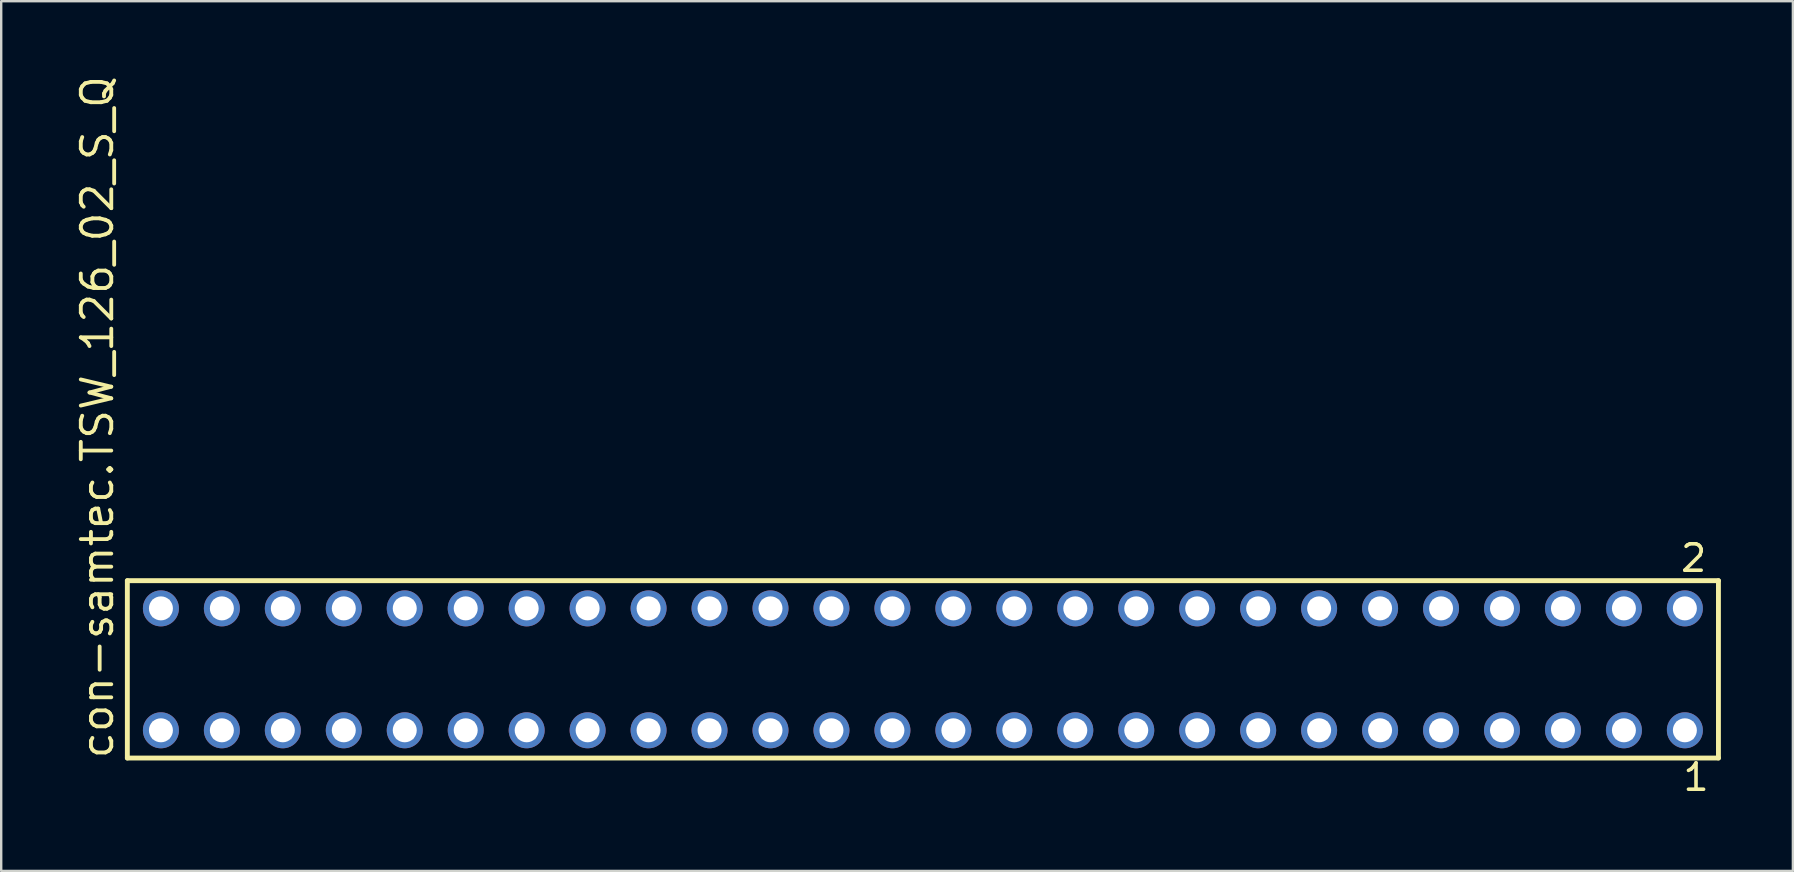
<source format=kicad_pcb>
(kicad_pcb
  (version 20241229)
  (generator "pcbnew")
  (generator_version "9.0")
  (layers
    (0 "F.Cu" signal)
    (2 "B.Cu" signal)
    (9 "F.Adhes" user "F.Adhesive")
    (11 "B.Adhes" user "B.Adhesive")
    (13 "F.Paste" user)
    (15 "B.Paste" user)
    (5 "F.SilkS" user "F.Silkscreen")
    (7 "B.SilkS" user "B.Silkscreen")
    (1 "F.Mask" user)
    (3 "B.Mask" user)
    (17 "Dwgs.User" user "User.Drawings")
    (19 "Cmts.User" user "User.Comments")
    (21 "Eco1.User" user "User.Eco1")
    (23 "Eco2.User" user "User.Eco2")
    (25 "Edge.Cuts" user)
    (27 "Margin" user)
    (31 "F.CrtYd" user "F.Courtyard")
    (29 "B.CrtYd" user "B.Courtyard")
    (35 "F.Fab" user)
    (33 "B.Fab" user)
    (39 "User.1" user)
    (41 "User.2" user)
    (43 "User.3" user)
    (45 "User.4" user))
  (footprint "con-samtec.TSW_126_02_S_Q"
    (layer "F.Cu")
    (at 35.405 24.84)
    (property "Reference" "con-samtec.TSW_126_02_S_Q" (at -33.655 3.81 90) (layer "F.SilkS") (effects (font (size 1.27 1.27) (thickness 0.16)) (justify left bottom)))
    (attr through_hole)
    (fp_line (start -33.149 -3.695) (end 33.149 -3.695) (stroke (width 0.203) (type default)) (layer "F.SilkS"))
    (fp_line (start -33.149 3.695) (end -33.149 -3.695) (stroke (width 0.203) (type default)) (layer "F.SilkS"))
    (fp_line (start 33.149 -3.695) (end 33.149 3.695) (stroke (width 0.203) (type default)) (layer "F.SilkS"))
    (fp_line (start 33.149 3.695) (end -33.149 3.695) (stroke (width 0.203) (type default)) (layer "F.SilkS"))
    (fp_rect (start -32.1 -2.19) (end -31.4 -2.89) (stroke (width 0.05) (type default)) (fill no) (layer "F.Fab"))
    (fp_rect (start -32.1 2.89) (end -31.4 2.19) (stroke (width 0.05) (type default)) (fill no) (layer "F.Fab"))
    (fp_rect (start -29.56 -2.19) (end -28.86 -2.89) (stroke (width 0.05) (type default)) (fill no) (layer "F.Fab"))
    (fp_rect (start -29.56 2.89) (end -28.86 2.19) (stroke (width 0.05) (type default)) (fill no) (layer "F.Fab"))
    (fp_rect (start -27.02 -2.19) (end -26.32 -2.89) (stroke (width 0.05) (type default)) (fill no) (layer "F.Fab"))
    (fp_rect (start -27.02 2.89) (end -26.32 2.19) (stroke (width 0.05) (type default)) (fill no) (layer "F.Fab"))
    (fp_rect (start -24.48 -2.19) (end -23.78 -2.89) (stroke (width 0.05) (type default)) (fill no) (layer "F.Fab"))
    (fp_rect (start -24.48 2.89) (end -23.78 2.19) (stroke (width 0.05) (type default)) (fill no) (layer "F.Fab"))
    (fp_rect (start -21.94 -2.19) (end -21.24 -2.89) (stroke (width 0.05) (type default)) (fill no) (layer "F.Fab"))
    (fp_rect (start -21.94 2.89) (end -21.24 2.19) (stroke (width 0.05) (type default)) (fill no) (layer "F.Fab"))
    (fp_rect (start -19.4 -2.19) (end -18.7 -2.89) (stroke (width 0.05) (type default)) (fill no) (layer "F.Fab"))
    (fp_rect (start -19.4 2.89) (end -18.7 2.19) (stroke (width 0.05) (type default)) (fill no) (layer "F.Fab"))
    (fp_rect (start -16.86 -2.19) (end -16.16 -2.89) (stroke (width 0.05) (type default)) (fill no) (layer "F.Fab"))
    (fp_rect (start -16.86 2.89) (end -16.16 2.19) (stroke (width 0.05) (type default)) (fill no) (layer "F.Fab"))
    (fp_rect (start -14.32 -2.19) (end -13.62 -2.89) (stroke (width 0.05) (type default)) (fill no) (layer "F.Fab"))
    (fp_rect (start -14.32 2.89) (end -13.62 2.19) (stroke (width 0.05) (type default)) (fill no) (layer "F.Fab"))
    (fp_rect (start -11.78 -2.19) (end -11.08 -2.89) (stroke (width 0.05) (type default)) (fill no) (layer "F.Fab"))
    (fp_rect (start -11.78 2.89) (end -11.08 2.19) (stroke (width 0.05) (type default)) (fill no) (layer "F.Fab"))
    (fp_rect (start -9.24 -2.19) (end -8.54 -2.89) (stroke (width 0.05) (type default)) (fill no) (layer "F.Fab"))
    (fp_rect (start -9.24 2.89) (end -8.54 2.19) (stroke (width 0.05) (type default)) (fill no) (layer "F.Fab"))
    (fp_rect (start -6.7 -2.19) (end -6 -2.89) (stroke (width 0.05) (type default)) (fill no) (layer "F.Fab"))
    (fp_rect (start -6.7 2.89) (end -6 2.19) (stroke (width 0.05) (type default)) (fill no) (layer "F.Fab"))
    (fp_rect (start -4.16 -2.19) (end -3.46 -2.89) (stroke (width 0.05) (type default)) (fill no) (layer "F.Fab"))
    (fp_rect (start -4.16 2.89) (end -3.46 2.19) (stroke (width 0.05) (type default)) (fill no) (layer "F.Fab"))
    (fp_rect (start -1.62 -2.19) (end -0.92 -2.89) (stroke (width 0.05) (type default)) (fill no) (layer "F.Fab"))
    (fp_rect (start -1.62 2.89) (end -0.92 2.19) (stroke (width 0.05) (type default)) (fill no) (layer "F.Fab"))
    (fp_rect (start 0.92 -2.19) (end 1.62 -2.89) (stroke (width 0.05) (type default)) (fill no) (layer "F.Fab"))
    (fp_rect (start 0.92 2.89) (end 1.62 2.19) (stroke (width 0.05) (type default)) (fill no) (layer "F.Fab"))
    (fp_rect (start 3.46 -2.19) (end 4.16 -2.89) (stroke (width 0.05) (type default)) (fill no) (layer "F.Fab"))
    (fp_rect (start 3.46 2.89) (end 4.16 2.19) (stroke (width 0.05) (type default)) (fill no) (layer "F.Fab"))
    (fp_rect (start 6 -2.19) (end 6.7 -2.89) (stroke (width 0.05) (type default)) (fill no) (layer "F.Fab"))
    (fp_rect (start 6 2.89) (end 6.7 2.19) (stroke (width 0.05) (type default)) (fill no) (layer "F.Fab"))
    (fp_rect (start 8.54 -2.19) (end 9.24 -2.89) (stroke (width 0.05) (type default)) (fill no) (layer "F.Fab"))
    (fp_rect (start 8.54 2.89) (end 9.24 2.19) (stroke (width 0.05) (type default)) (fill no) (layer "F.Fab"))
    (fp_rect (start 11.08 -2.19) (end 11.78 -2.89) (stroke (width 0.05) (type default)) (fill no) (layer "F.Fab"))
    (fp_rect (start 11.08 2.89) (end 11.78 2.19) (stroke (width 0.05) (type default)) (fill no) (layer "F.Fab"))
    (fp_rect (start 13.62 -2.19) (end 14.32 -2.89) (stroke (width 0.05) (type default)) (fill no) (layer "F.Fab"))
    (fp_rect (start 13.62 2.89) (end 14.32 2.19) (stroke (width 0.05) (type default)) (fill no) (layer "F.Fab"))
    (fp_rect (start 16.16 -2.19) (end 16.86 -2.89) (stroke (width 0.05) (type default)) (fill no) (layer "F.Fab"))
    (fp_rect (start 16.16 2.89) (end 16.86 2.19) (stroke (width 0.05) (type default)) (fill no) (layer "F.Fab"))
    (fp_rect (start 18.7 -2.19) (end 19.4 -2.89) (stroke (width 0.05) (type default)) (fill no) (layer "F.Fab"))
    (fp_rect (start 18.7 2.89) (end 19.4 2.19) (stroke (width 0.05) (type default)) (fill no) (layer "F.Fab"))
    (fp_rect (start 21.24 -2.19) (end 21.94 -2.89) (stroke (width 0.05) (type default)) (fill no) (layer "F.Fab"))
    (fp_rect (start 21.24 2.89) (end 21.94 2.19) (stroke (width 0.05) (type default)) (fill no) (layer "F.Fab"))
    (fp_rect (start 23.78 -2.19) (end 24.48 -2.89) (stroke (width 0.05) (type default)) (fill no) (layer "F.Fab"))
    (fp_rect (start 23.78 2.89) (end 24.48 2.19) (stroke (width 0.05) (type default)) (fill no) (layer "F.Fab"))
    (fp_rect (start 26.32 -2.19) (end 27.02 -2.89) (stroke (width 0.05) (type default)) (fill no) (layer "F.Fab"))
    (fp_rect (start 26.32 2.89) (end 27.02 2.19) (stroke (width 0.05) (type default)) (fill no) (layer "F.Fab"))
    (fp_rect (start 28.86 -2.19) (end 29.56 -2.89) (stroke (width 0.05) (type default)) (fill no) (layer "F.Fab"))
    (fp_rect (start 28.86 2.89) (end 29.56 2.19) (stroke (width 0.05) (type default)) (fill no) (layer "F.Fab"))
    (fp_rect (start 31.4 -2.19) (end 32.1 -2.89) (stroke (width 0.05) (type default)) (fill no) (layer "F.Fab"))
    (fp_rect (start 31.4 2.89) (end 32.1 2.19) (stroke (width 0.05) (type default)) (fill no) (layer "F.Fab"))
    (fp_text user "2" (at 31.492 -3.989 0) (layer "F.SilkS") (effects (font (size 1.1 1.1) (thickness 0.15)) (justify left bottom)))
    (fp_text user "1" (at 31.592 5.138 0) (layer "F.SilkS") (effects (font (size 1.1 1.1) (thickness 0.15)) (justify left bottom)))
    (pad "1" thru_hole circle (at 31.75 2.54 180) (size 1.5 1.5) (drill 1) (layers "*.Cu" "*.Mask"))
    (pad "2" thru_hole circle (at 31.75 -2.54 180) (size 1.5 1.5) (drill 1) (layers "*.Cu" "*.Mask"))
    (pad "3" thru_hole circle (at 29.21 2.54 180) (size 1.5 1.5) (drill 1) (layers "*.Cu" "*.Mask"))
    (pad "4" thru_hole circle (at 29.21 -2.54 180) (size 1.5 1.5) (drill 1) (layers "*.Cu" "*.Mask"))
    (pad "5" thru_hole circle (at 26.67 2.54 180) (size 1.5 1.5) (drill 1) (layers "*.Cu" "*.Mask"))
    (pad "6" thru_hole circle (at 26.67 -2.54 180) (size 1.5 1.5) (drill 1) (layers "*.Cu" "*.Mask"))
    (pad "7" thru_hole circle (at 24.13 2.54 180) (size 1.5 1.5) (drill 1) (layers "*.Cu" "*.Mask"))
    (pad "8" thru_hole circle (at 24.13 -2.54 180) (size 1.5 1.5) (drill 1) (layers "*.Cu" "*.Mask"))
    (pad "9" thru_hole circle (at 21.59 2.54 180) (size 1.5 1.5) (drill 1) (layers "*.Cu" "*.Mask"))
    (pad "10" thru_hole circle (at 21.59 -2.54 180) (size 1.5 1.5) (drill 1) (layers "*.Cu" "*.Mask"))
    (pad "11" thru_hole circle (at 19.05 2.54 180) (size 1.5 1.5) (drill 1) (layers "*.Cu" "*.Mask"))
    (pad "12" thru_hole circle (at 19.05 -2.54 180) (size 1.5 1.5) (drill 1) (layers "*.Cu" "*.Mask"))
    (pad "13" thru_hole circle (at 16.51 2.54 180) (size 1.5 1.5) (drill 1) (layers "*.Cu" "*.Mask"))
    (pad "14" thru_hole circle (at 16.51 -2.54 180) (size 1.5 1.5) (drill 1) (layers "*.Cu" "*.Mask"))
    (pad "15" thru_hole circle (at 13.97 2.54 180) (size 1.5 1.5) (drill 1) (layers "*.Cu" "*.Mask"))
    (pad "16" thru_hole circle (at 13.97 -2.54 180) (size 1.5 1.5) (drill 1) (layers "*.Cu" "*.Mask"))
    (pad "17" thru_hole circle (at 11.43 2.54 180) (size 1.5 1.5) (drill 1) (layers "*.Cu" "*.Mask"))
    (pad "18" thru_hole circle (at 11.43 -2.54 180) (size 1.5 1.5) (drill 1) (layers "*.Cu" "*.Mask"))
    (pad "19" thru_hole circle (at 8.89 2.54 180) (size 1.5 1.5) (drill 1) (layers "*.Cu" "*.Mask"))
    (pad "20" thru_hole circle (at 8.89 -2.54 180) (size 1.5 1.5) (drill 1) (layers "*.Cu" "*.Mask"))
    (pad "21" thru_hole circle (at 6.35 2.54 180) (size 1.5 1.5) (drill 1) (layers "*.Cu" "*.Mask"))
    (pad "22" thru_hole circle (at 6.35 -2.54 180) (size 1.5 1.5) (drill 1) (layers "*.Cu" "*.Mask"))
    (pad "23" thru_hole circle (at 3.81 2.54 180) (size 1.5 1.5) (drill 1) (layers "*.Cu" "*.Mask"))
    (pad "24" thru_hole circle (at 3.81 -2.54 180) (size 1.5 1.5) (drill 1) (layers "*.Cu" "*.Mask"))
    (pad "25" thru_hole circle (at 1.27 2.54 180) (size 1.5 1.5) (drill 1) (layers "*.Cu" "*.Mask"))
    (pad "26" thru_hole circle (at 1.27 -2.54 180) (size 1.5 1.5) (drill 1) (layers "*.Cu" "*.Mask"))
    (pad "27" thru_hole circle (at -1.27 2.54 180) (size 1.5 1.5) (drill 1) (layers "*.Cu" "*.Mask"))
    (pad "28" thru_hole circle (at -1.27 -2.54 180) (size 1.5 1.5) (drill 1) (layers "*.Cu" "*.Mask"))
    (pad "29" thru_hole circle (at -3.81 2.54 180) (size 1.5 1.5) (drill 1) (layers "*.Cu" "*.Mask"))
    (pad "30" thru_hole circle (at -3.81 -2.54 180) (size 1.5 1.5) (drill 1) (layers "*.Cu" "*.Mask"))
    (pad "31" thru_hole circle (at -6.35 2.54 180) (size 1.5 1.5) (drill 1) (layers "*.Cu" "*.Mask"))
    (pad "32" thru_hole circle (at -6.35 -2.54 180) (size 1.5 1.5) (drill 1) (layers "*.Cu" "*.Mask"))
    (pad "33" thru_hole circle (at -8.89 2.54 180) (size 1.5 1.5) (drill 1) (layers "*.Cu" "*.Mask"))
    (pad "34" thru_hole circle (at -8.89 -2.54 180) (size 1.5 1.5) (drill 1) (layers "*.Cu" "*.Mask"))
    (pad "35" thru_hole circle (at -11.43 2.54 180) (size 1.5 1.5) (drill 1) (layers "*.Cu" "*.Mask"))
    (pad "36" thru_hole circle (at -11.43 -2.54 180) (size 1.5 1.5) (drill 1) (layers "*.Cu" "*.Mask"))
    (pad "37" thru_hole circle (at -13.97 2.54 180) (size 1.5 1.5) (drill 1) (layers "*.Cu" "*.Mask"))
    (pad "38" thru_hole circle (at -13.97 -2.54 180) (size 1.5 1.5) (drill 1) (layers "*.Cu" "*.Mask"))
    (pad "39" thru_hole circle (at -16.51 2.54 180) (size 1.5 1.5) (drill 1) (layers "*.Cu" "*.Mask"))
    (pad "40" thru_hole circle (at -16.51 -2.54 180) (size 1.5 1.5) (drill 1) (layers "*.Cu" "*.Mask"))
    (pad "41" thru_hole circle (at -19.05 2.54 180) (size 1.5 1.5) (drill 1) (layers "*.Cu" "*.Mask"))
    (pad "42" thru_hole circle (at -19.05 -2.54 180) (size 1.5 1.5) (drill 1) (layers "*.Cu" "*.Mask"))
    (pad "43" thru_hole circle (at -21.59 2.54 180) (size 1.5 1.5) (drill 1) (layers "*.Cu" "*.Mask"))
    (pad "44" thru_hole circle (at -21.59 -2.54 180) (size 1.5 1.5) (drill 1) (layers "*.Cu" "*.Mask"))
    (pad "45" thru_hole circle (at -24.13 2.54 180) (size 1.5 1.5) (drill 1) (layers "*.Cu" "*.Mask"))
    (pad "46" thru_hole circle (at -24.13 -2.54 180) (size 1.5 1.5) (drill 1) (layers "*.Cu" "*.Mask"))
    (pad "47" thru_hole circle (at -26.67 2.54 180) (size 1.5 1.5) (drill 1) (layers "*.Cu" "*.Mask"))
    (pad "48" thru_hole circle (at -26.67 -2.54 180) (size 1.5 1.5) (drill 1) (layers "*.Cu" "*.Mask"))
    (pad "49" thru_hole circle (at -29.21 2.54 180) (size 1.5 1.5) (drill 1) (layers "*.Cu" "*.Mask"))
    (pad "50" thru_hole circle (at -29.21 -2.54 180) (size 1.5 1.5) (drill 1) (layers "*.Cu" "*.Mask"))
    (pad "51" thru_hole circle (at -31.75 2.54 180) (size 1.5 1.5) (drill 1) (layers "*.Cu" "*.Mask"))
    (pad "52" thru_hole circle (at -31.75 -2.54 180) (size 1.5 1.5) (drill 1) (layers "*.Cu" "*.Mask")))
  (gr_rect
    (start -3 -3)
    (end 71.656 33.241)
    (stroke (width 0.1) (type default))
    (fill no)
    (layer "Edge.Cuts")))
</source>
